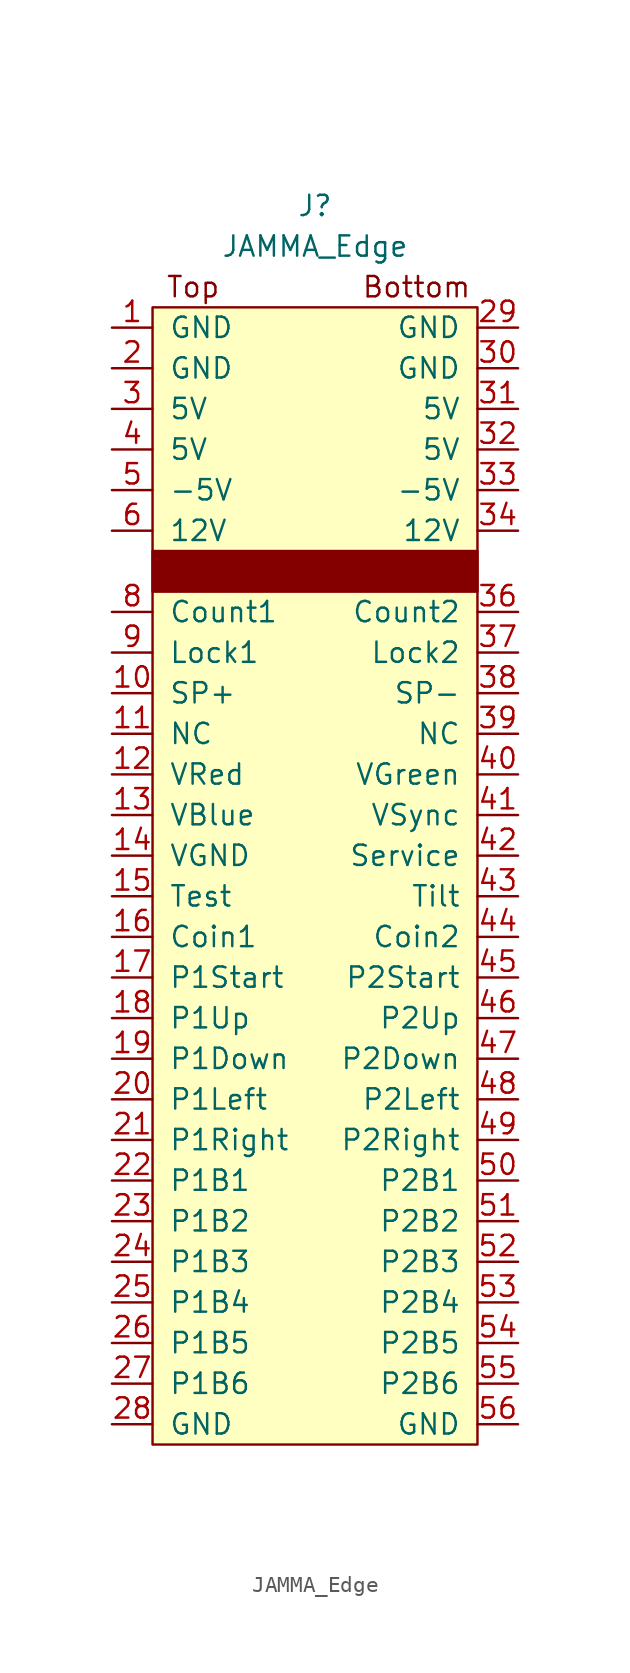
<source format=kicad_sym>
(kicad_symbol_lib
  (version 20211014)
  (generator kicad_symbol_editor)
  (symbol "JAMMA_Edge"
    (pin_names
      (offset 1.016))
    (property "Reference" "J"
      (at 0 41.91 0)
      (effects (font (size 1.27 1.27))))
    (property "Value" "JAMMA_Edge"
      (at 0 39.37 0)
      (effects (font (size 1.27 1.27))))
    (symbol "JAMMA_Edge_0_0"
      (text "Bottom" (at 6.35 36.83 0) (effects (font (size 1.27 1.27))))
      (text "Top" (at -7.62 36.83 0) (effects (font (size 1.27 1.27)))))
    (symbol "JAMMA_Edge_0_1"
      (rectangle (start -10.16 20.32) (end 10.16 17.78) (stroke (width 0) (type default) (color 0 0 0 0)) (fill (type outline)))
      (rectangle (start -10.16 35.56) (end 10.16 -35.56) (stroke (width 0) (type default) (color 0 0 0 0)) (fill (type background))))
    (symbol "JAMMA_Edge_1_1"
      (pin input line (at -12.7 34.29 0) (length 2.54) (name "GND" (effects (font (size 1.27 1.27)))) (number "1" (effects (font (size 1.27 1.27)))))
      (pin input line (at -12.7 11.43 0) (length 2.54) (name "SP+" (effects (font (size 1.27 1.27)))) (number "10" (effects (font (size 1.27 1.27)))))
      (pin input line (at -12.7 8.89 0) (length 2.54) (name "NC" (effects (font (size 1.27 1.27)))) (number "11" (effects (font (size 1.27 1.27)))))
      (pin input line (at -12.7 6.35 0) (length 2.54) (name "VRed" (effects (font (size 1.27 1.27)))) (number "12" (effects (font (size 1.27 1.27)))))
      (pin input line (at -12.7 3.81 0) (length 2.54) (name "VBlue" (effects (font (size 1.27 1.27)))) (number "13" (effects (font (size 1.27 1.27)))))
      (pin input line (at -12.7 1.27 0) (length 2.54) (name "VGND" (effects (font (size 1.27 1.27)))) (number "14" (effects (font (size 1.27 1.27)))))
      (pin input line (at -12.7 -1.27 0) (length 2.54) (name "Test" (effects (font (size 1.27 1.27)))) (number "15" (effects (font (size 1.27 1.27)))))
      (pin input line (at -12.7 -3.81 0) (length 2.54) (name "Coin1" (effects (font (size 1.27 1.27)))) (number "16" (effects (font (size 1.27 1.27)))))
      (pin input line (at -12.7 -6.35 0) (length 2.54) (name "P1Start" (effects (font (size 1.27 1.27)))) (number "17" (effects (font (size 1.27 1.27)))))
      (pin input line (at -12.7 -8.89 0) (length 2.54) (name "P1Up" (effects (font (size 1.27 1.27)))) (number "18" (effects (font (size 1.27 1.27)))))
      (pin input line (at -12.7 -11.43 0) (length 2.54) (name "P1Down" (effects (font (size 1.27 1.27)))) (number "19" (effects (font (size 1.27 1.27)))))
      (pin input line (at -12.7 31.75 0) (length 2.54) (name "GND" (effects (font (size 1.27 1.27)))) (number "2" (effects (font (size 1.27 1.27)))))
      (pin input line (at -12.7 -13.97 0) (length 2.54) (name "P1Left" (effects (font (size 1.27 1.27)))) (number "20" (effects (font (size 1.27 1.27)))))
      (pin input line (at -12.7 -16.51 0) (length 2.54) (name "P1Right" (effects (font (size 1.27 1.27)))) (number "21" (effects (font (size 1.27 1.27)))))
      (pin input line (at -12.7 -19.05 0) (length 2.54) (name "P1B1" (effects (font (size 1.27 1.27)))) (number "22" (effects (font (size 1.27 1.27)))))
      (pin input line (at -12.7 -21.59 0) (length 2.54) (name "P1B2" (effects (font (size 1.27 1.27)))) (number "23" (effects (font (size 1.27 1.27)))))
      (pin input line (at -12.7 -24.13 0) (length 2.54) (name "P1B3" (effects (font (size 1.27 1.27)))) (number "24" (effects (font (size 1.27 1.27)))))
      (pin input line (at -12.7 -26.67 0) (length 2.54) (name "P1B4" (effects (font (size 1.27 1.27)))) (number "25" (effects (font (size 1.27 1.27)))))
      (pin input line (at -12.7 -29.21 0) (length 2.54) (name "P1B5" (effects (font (size 1.27 1.27)))) (number "26" (effects (font (size 1.27 1.27)))))
      (pin input line (at -12.7 -31.75 0) (length 2.54) (name "P1B6" (effects (font (size 1.27 1.27)))) (number "27" (effects (font (size 1.27 1.27)))))
      (pin input line (at -12.7 -34.29 0) (length 2.54) (name "GND" (effects (font (size 1.27 1.27)))) (number "28" (effects (font (size 1.27 1.27)))))
      (pin input line (at 12.7 34.29 180) (length 2.54) (name "GND" (effects (font (size 1.27 1.27)))) (number "29" (effects (font (size 1.27 1.27)))))
      (pin input line (at -12.7 29.21 0) (length 2.54) (name "5V" (effects (font (size 1.27 1.27)))) (number "3" (effects (font (size 1.27 1.27)))))
      (pin input line (at 12.7 31.75 180) (length 2.54) (name "GND" (effects (font (size 1.27 1.27)))) (number "30" (effects (font (size 1.27 1.27)))))
      (pin input line (at 12.7 29.21 180) (length 2.54) (name "5V" (effects (font (size 1.27 1.27)))) (number "31" (effects (font (size 1.27 1.27)))))
      (pin input line (at 12.7 26.67 180) (length 2.54) (name "5V" (effects (font (size 1.27 1.27)))) (number "32" (effects (font (size 1.27 1.27)))))
      (pin input line (at 12.7 24.13 180) (length 2.54) (name "-5V" (effects (font (size 1.27 1.27)))) (number "33" (effects (font (size 1.27 1.27)))))
      (pin input line (at 12.7 21.59 180) (length 2.54) (name "12V" (effects (font (size 1.27 1.27)))) (number "34" (effects (font (size 1.27 1.27)))))
      (pin input line (at 12.7 16.51 180) (length 2.54) (name "Count2" (effects (font (size 1.27 1.27)))) (number "36" (effects (font (size 1.27 1.27)))))
      (pin input line (at 12.7 13.97 180) (length 2.54) (name "Lock2" (effects (font (size 1.27 1.27)))) (number "37" (effects (font (size 1.27 1.27)))))
      (pin input line (at 12.7 11.43 180) (length 2.54) (name "SP-" (effects (font (size 1.27 1.27)))) (number "38" (effects (font (size 1.27 1.27)))))
      (pin input line (at 12.7 8.89 180) (length 2.54) (name "NC" (effects (font (size 1.27 1.27)))) (number "39" (effects (font (size 1.27 1.27)))))
      (pin input line (at -12.7 26.67 0) (length 2.54) (name "5V" (effects (font (size 1.27 1.27)))) (number "4" (effects (font (size 1.27 1.27)))))
      (pin input line (at 12.7 6.35 180) (length 2.54) (name "VGreen" (effects (font (size 1.27 1.27)))) (number "40" (effects (font (size 1.27 1.27)))))
      (pin input line (at 12.7 3.81 180) (length 2.54) (name "VSync" (effects (font (size 1.27 1.27)))) (number "41" (effects (font (size 1.27 1.27)))))
      (pin input line (at 12.7 1.27 180) (length 2.54) (name "Service" (effects (font (size 1.27 1.27)))) (number "42" (effects (font (size 1.27 1.27)))))
      (pin input line (at 12.7 -1.27 180) (length 2.54) (name "Tilt" (effects (font (size 1.27 1.27)))) (number "43" (effects (font (size 1.27 1.27)))))
      (pin input line (at 12.7 -3.81 180) (length 2.54) (name "Coin2" (effects (font (size 1.27 1.27)))) (number "44" (effects (font (size 1.27 1.27)))))
      (pin input line (at 12.7 -6.35 180) (length 2.54) (name "P2Start" (effects (font (size 1.27 1.27)))) (number "45" (effects (font (size 1.27 1.27)))))
      (pin input line (at 12.7 -8.89 180) (length 2.54) (name "P2Up" (effects (font (size 1.27 1.27)))) (number "46" (effects (font (size 1.27 1.27)))))
      (pin input line (at 12.7 -11.43 180) (length 2.54) (name "P2Down" (effects (font (size 1.27 1.27)))) (number "47" (effects (font (size 1.27 1.27)))))
      (pin input line (at 12.7 -13.97 180) (length 2.54) (name "P2Left" (effects (font (size 1.27 1.27)))) (number "48" (effects (font (size 1.27 1.27)))))
      (pin input line (at 12.7 -16.51 180) (length 2.54) (name "P2Right" (effects (font (size 1.27 1.27)))) (number "49" (effects (font (size 1.27 1.27)))))
      (pin input line (at -12.7 24.13 0) (length 2.54) (name "-5V" (effects (font (size 1.27 1.27)))) (number "5" (effects (font (size 1.27 1.27)))))
      (pin input line (at 12.7 -19.05 180) (length 2.54) (name "P2B1" (effects (font (size 1.27 1.27)))) (number "50" (effects (font (size 1.27 1.27)))))
      (pin input line (at 12.7 -21.59 180) (length 2.54) (name "P2B2" (effects (font (size 1.27 1.27)))) (number "51" (effects (font (size 1.27 1.27)))))
      (pin input line (at 12.7 -24.13 180) (length 2.54) (name "P2B3" (effects (font (size 1.27 1.27)))) (number "52" (effects (font (size 1.27 1.27)))))
      (pin input line (at 12.7 -26.67 180) (length 2.54) (name "P2B4" (effects (font (size 1.27 1.27)))) (number "53" (effects (font (size 1.27 1.27)))))
      (pin input line (at 12.7 -29.21 180) (length 2.54) (name "P2B5" (effects (font (size 1.27 1.27)))) (number "54" (effects (font (size 1.27 1.27)))))
      (pin input line (at 12.7 -31.75 180) (length 2.54) (name "P2B6" (effects (font (size 1.27 1.27)))) (number "55" (effects (font (size 1.27 1.27)))))
      (pin input line (at 12.7 -34.29 180) (length 2.54) (name "GND" (effects (font (size 1.27 1.27)))) (number "56" (effects (font (size 1.27 1.27)))))
      (pin input line (at -12.7 21.59 0) (length 2.54) (name "12V" (effects (font (size 1.27 1.27)))) (number "6" (effects (font (size 1.27 1.27)))))
      (pin input line (at -12.7 16.51 0) (length 2.54) (name "Count1" (effects (font (size 1.27 1.27)))) (number "8" (effects (font (size 1.27 1.27)))))
      (pin input line (at -12.7 13.97 0) (length 2.54) (name "Lock1" (effects (font (size 1.27 1.27)))) (number "9" (effects (font (size 1.27 1.27))))))))
</source>
